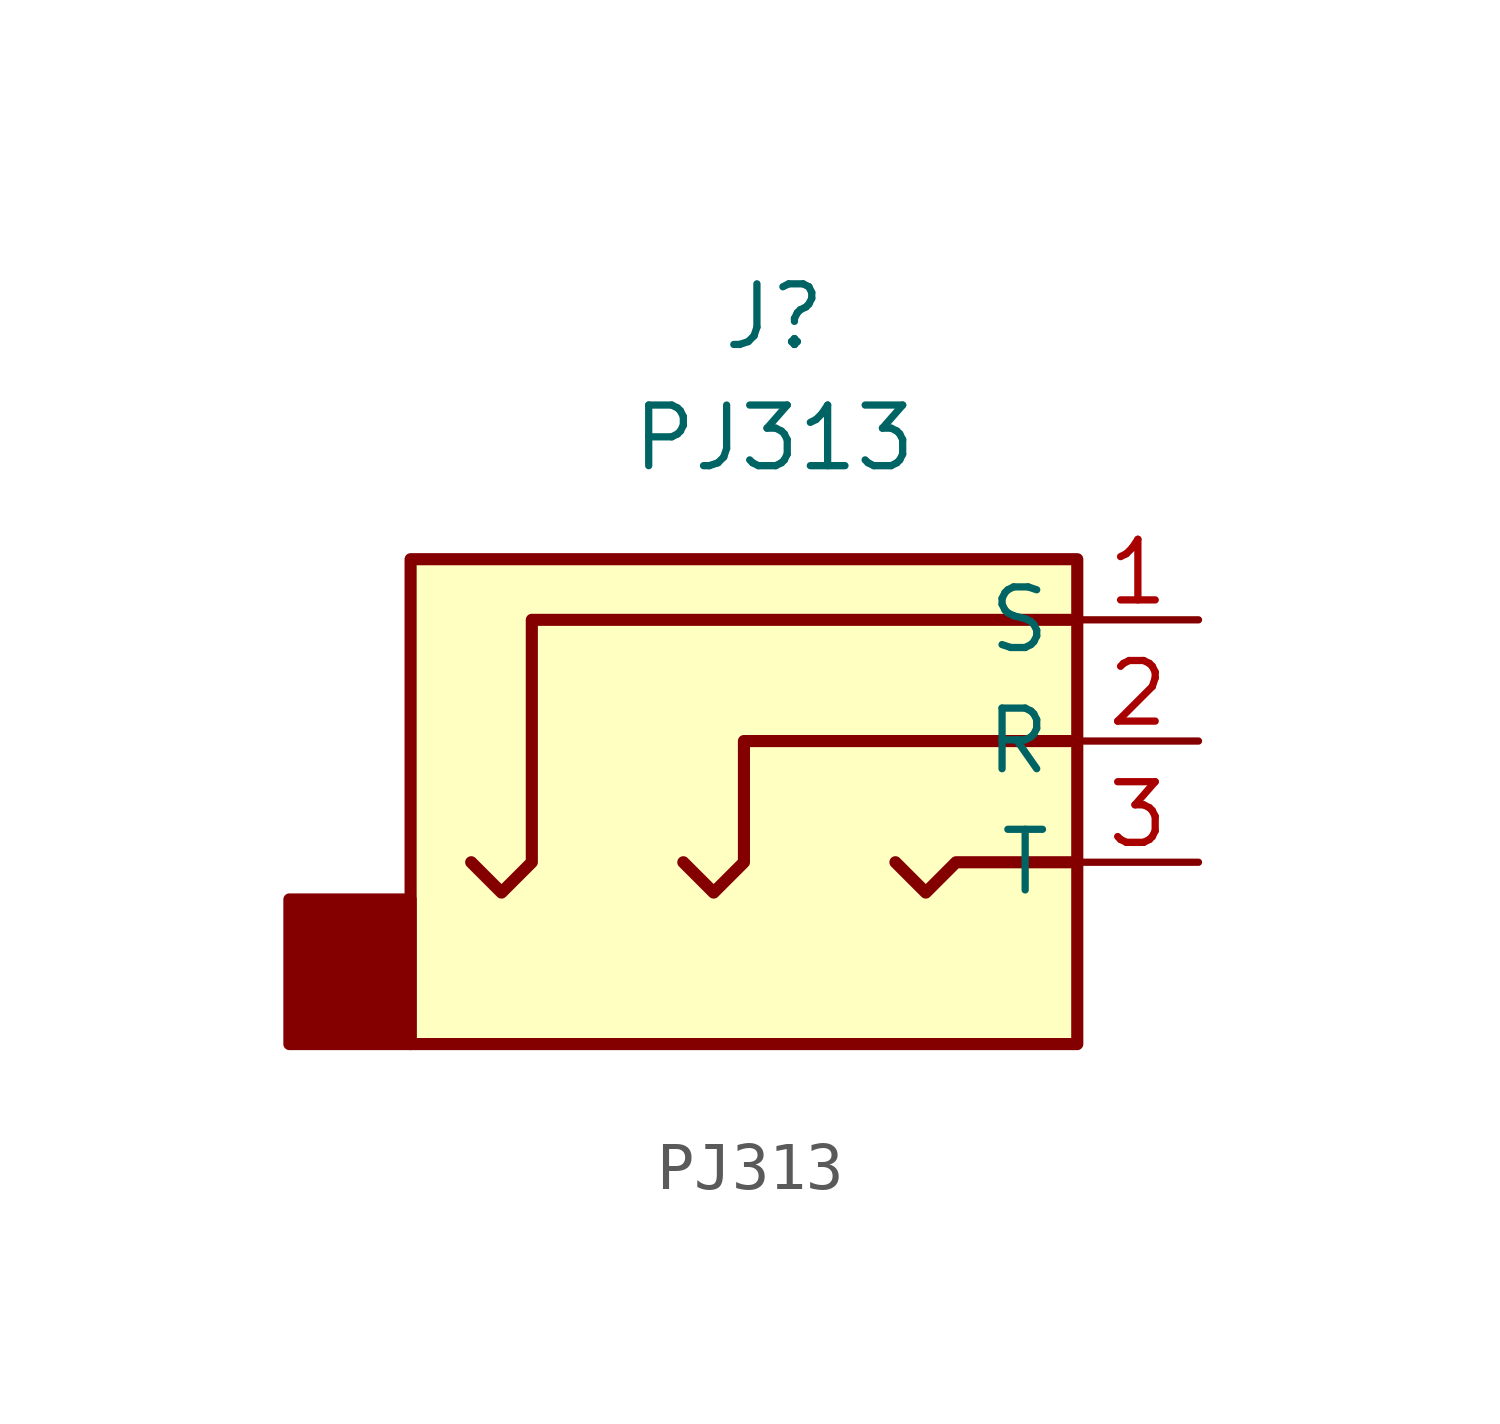
<source format=kicad_sym>
(kicad_symbol_lib
  (version 20241209)
  (generator "kicad_symbol_editor")
  (generator_version "9.0")
  (symbol "PJ313"
    (property "Reference" "J"
      (at 0 8.89 0)
      (effects (font (size 1.27 1.27))))
    (property "Value" "PJ313"
      (at 0 6.35 0)
      (effects (font (size 1.27 1.27))))
    (symbol "PJ313_0_1"
      (rectangle (start -10.16 -3.319) (end -7.62 -6.35) (stroke (width 0.254) (type default)) (fill (type outline)))
      (rectangle (start -7.62 3.81) (end 6.35 -6.35) (stroke (width 0.254) (type default)) (fill (type background)))
      (polyline (pts (xy -1.905 -2.54) (xy -1.27 -3.175) (xy -0.635 -2.54) (xy -0.635 0) (xy 6.35 0)) (stroke (width 0.254) (type default)) (fill (type none)))
      (polyline (pts (xy 2.54 -2.54) (xy 3.175 -3.175) (xy 3.81 -2.54) (xy 6.35 -2.54)) (stroke (width 0.254) (type default)) (fill (type none)))
      (polyline (pts (xy 6.35 2.54) (xy -5.08 2.54) (xy -5.08 -2.54) (xy -5.715 -3.175) (xy -6.35 -2.54)) (stroke (width 0.254) (type default)) (fill (type none))))
    (symbol "PJ313_1_1"
      (pin passive line (at 8.89 2.54 180) (length 2.54) (name "S" (effects (font (size 1.27 1.27)))) (number "1" (effects (font (size 1.27 1.27)))))
      (pin passive line (at 8.89 0 180) (length 2.54) (name "R" (effects (font (size 1.27 1.27)))) (number "2" (effects (font (size 1.27 1.27)))))
      (pin passive line (at 8.89 -2.54 180) (length 2.54) (name "T" (effects (font (size 1.27 1.27)))) (number "3" (effects (font (size 1.27 1.27))))))))
</source>
